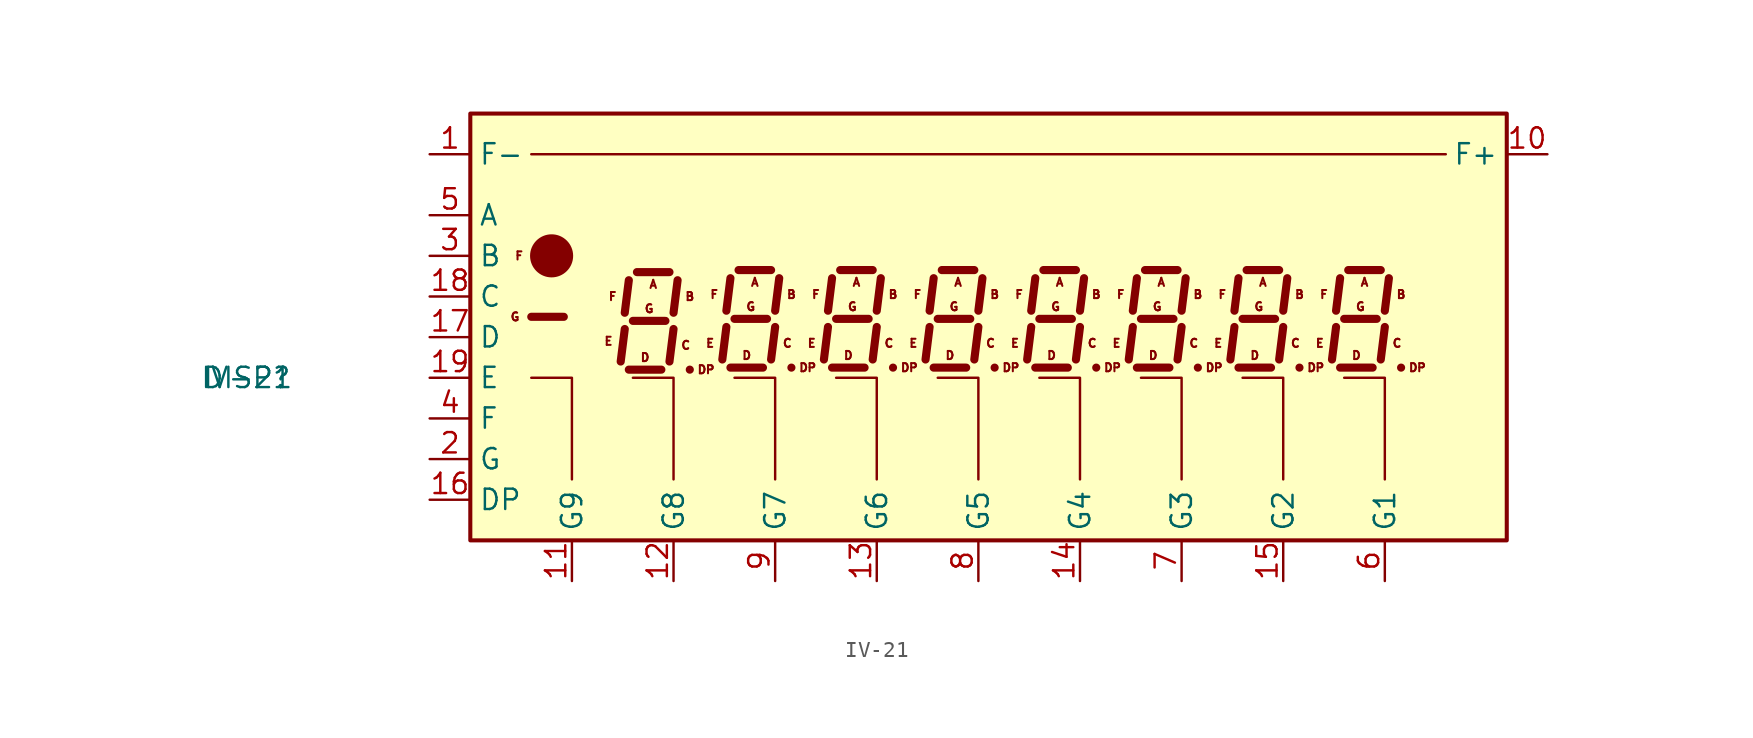
<source format=kicad_sym>
(kicad_symbol_lib
  (version 20231120)
  (generator "kicad_symbol_editor")
  (generator_version "8.0")
  (symbol "IV-21"
    (property "Reference" "DISP"
      (at 0 0 0)
      (effects (font (size 1.27 1.27))))
    (property "Value" "IV-21"
      (at 0 0 0)
      (effects (font (size 1.27 1.27))))
    (symbol "IV-21_1_0"
      (text "A" (at 25.4 5.842 0) (effects (font (size 0.508 0.508))))
      (text "A" (at 31.75 5.969 0) (effects (font (size 0.508 0.508))))
      (text "A" (at 38.1 5.969 0) (effects (font (size 0.508 0.508))))
      (text "A" (at 44.45 5.969 0) (effects (font (size 0.508 0.508))))
      (text "A" (at 50.8 5.969 0) (effects (font (size 0.508 0.508))))
      (text "A" (at 57.15 5.969 0) (effects (font (size 0.508 0.508))))
      (text "A" (at 63.5 5.969 0) (effects (font (size 0.508 0.508))))
      (text "A" (at 69.85 5.969 0) (effects (font (size 0.508 0.508))))
      (text "B" (at 27.686 5.08 0) (effects (font (size 0.508 0.508))))
      (text "B" (at 34.036 5.207 0) (effects (font (size 0.508 0.508))))
      (text "B" (at 40.386 5.207 0) (effects (font (size 0.508 0.508))))
      (text "B" (at 46.736 5.207 0) (effects (font (size 0.508 0.508))))
      (text "B" (at 53.086 5.207 0) (effects (font (size 0.508 0.508))))
      (text "B" (at 59.436 5.207 0) (effects (font (size 0.508 0.508))))
      (text "B" (at 65.786 5.207 0) (effects (font (size 0.508 0.508))))
      (text "B" (at 72.136 5.207 0) (effects (font (size 0.508 0.508))))
      (text "C" (at 27.432 2.032 0) (effects (font (size 0.508 0.508))))
      (text "C" (at 33.782 2.159 0) (effects (font (size 0.508 0.508))))
      (text "C" (at 40.132 2.159 0) (effects (font (size 0.508 0.508))))
      (text "C" (at 46.482 2.159 0) (effects (font (size 0.508 0.508))))
      (text "C" (at 52.832 2.159 0) (effects (font (size 0.508 0.508))))
      (text "C" (at 59.182 2.159 0) (effects (font (size 0.508 0.508))))
      (text "C" (at 65.532 2.159 0) (effects (font (size 0.508 0.508))))
      (text "C" (at 71.882 2.159 0) (effects (font (size 0.508 0.508))))
      (text "D" (at 24.892 1.27 0) (effects (font (size 0.508 0.508))))
      (text "D" (at 31.242 1.397 0) (effects (font (size 0.508 0.508))))
      (text "D" (at 37.592 1.397 0) (effects (font (size 0.508 0.508))))
      (text "D" (at 43.942 1.397 0) (effects (font (size 0.508 0.508))))
      (text "D" (at 50.292 1.397 0) (effects (font (size 0.508 0.508))))
      (text "D" (at 56.642 1.397 0) (effects (font (size 0.508 0.508))))
      (text "D" (at 62.992 1.397 0) (effects (font (size 0.508 0.508))))
      (text "D" (at 69.342 1.397 0) (effects (font (size 0.508 0.508))))
      (text "DP" (at 28.702 0.508 0) (effects (font (size 0.508 0.508))))
      (text "DP" (at 35.052 0.635 0) (effects (font (size 0.508 0.508))))
      (text "DP" (at 41.402 0.635 0) (effects (font (size 0.508 0.508))))
      (text "DP" (at 47.752 0.635 0) (effects (font (size 0.508 0.508))))
      (text "DP" (at 54.102 0.635 0) (effects (font (size 0.508 0.508))))
      (text "DP" (at 60.452 0.635 0) (effects (font (size 0.508 0.508))))
      (text "DP" (at 66.802 0.635 0) (effects (font (size 0.508 0.508))))
      (text "DP" (at 73.152 0.635 0) (effects (font (size 0.508 0.508))))
      (text "E" (at 22.606 2.286 0) (effects (font (size 0.508 0.508))))
      (text "E" (at 28.956 2.159 0) (effects (font (size 0.508 0.508))))
      (text "E" (at 35.306 2.159 0) (effects (font (size 0.508 0.508))))
      (text "E" (at 41.656 2.159 0) (effects (font (size 0.508 0.508))))
      (text "E" (at 48.006 2.159 0) (effects (font (size 0.508 0.508))))
      (text "E" (at 54.356 2.159 0) (effects (font (size 0.508 0.508))))
      (text "E" (at 60.706 2.159 0) (effects (font (size 0.508 0.508))))
      (text "E" (at 67.056 2.159 0) (effects (font (size 0.508 0.508))))
      (text "F" (at 17.018 7.62 0) (effects (font (size 0.508 0.508))))
      (text "F" (at 22.86 5.08 0) (effects (font (size 0.508 0.508))))
      (text "F" (at 29.21 5.207 0) (effects (font (size 0.508 0.508))))
      (text "F" (at 35.56 5.207 0) (effects (font (size 0.508 0.508))))
      (text "F" (at 41.91 5.207 0) (effects (font (size 0.508 0.508))))
      (text "F" (at 48.26 5.207 0) (effects (font (size 0.508 0.508))))
      (text "F" (at 54.61 5.207 0) (effects (font (size 0.508 0.508))))
      (text "F" (at 60.96 5.207 0) (effects (font (size 0.508 0.508))))
      (text "F" (at 67.31 5.207 0) (effects (font (size 0.508 0.508))))
      (text "G" (at 16.764 3.81 0) (effects (font (size 0.508 0.508))))
      (text "G" (at 25.146 4.318 0) (effects (font (size 0.508 0.508))))
      (text "G" (at 31.496 4.445 0) (effects (font (size 0.508 0.508))))
      (text "G" (at 37.846 4.445 0) (effects (font (size 0.508 0.508))))
      (text "G" (at 44.196 4.445 0) (effects (font (size 0.508 0.508))))
      (text "G" (at 50.546 4.445 0) (effects (font (size 0.508 0.508))))
      (text "G" (at 56.896 4.445 0) (effects (font (size 0.508 0.508))))
      (text "G" (at 63.246 4.445 0) (effects (font (size 0.508 0.508))))
      (text "G" (at 69.596 4.445 0) (effects (font (size 0.508 0.508)))))
    (symbol "IV-21_1_1"
      (polyline (pts (xy 17.78 3.81) (xy 19.812 3.81)) (stroke (width 0.508) (type default)) (fill (type none)))
      (polyline (pts (xy 17.78 13.97) (xy 74.93 13.97)) (stroke (width 0) (type default)) (fill (type none)))
      (polyline (pts (xy 23.622 3.048) (xy 23.368 1.016)) (stroke (width 0.508) (type default)) (fill (type none)))
      (polyline (pts (xy 23.876 0.508) (xy 25.908 0.508)) (stroke (width 0.508) (type default)) (fill (type none)))
      (polyline (pts (xy 23.876 6.096) (xy 23.622 4.064)) (stroke (width 0.508) (type default)) (fill (type none)))
      (polyline (pts (xy 24.13 3.556) (xy 26.162 3.556)) (stroke (width 0.508) (type default)) (fill (type none)))
      (polyline (pts (xy 24.384 6.604) (xy 26.416 6.604)) (stroke (width 0.508) (type default)) (fill (type none)))
      (polyline (pts (xy 26.67 3.048) (xy 26.416 1.016)) (stroke (width 0.508) (type default)) (fill (type none)))
      (polyline (pts (xy 26.924 6.096) (xy 26.67 4.064)) (stroke (width 0.508) (type default)) (fill (type none)))
      (polyline (pts (xy 27.686 0.508) (xy 27.686 0.508)) (stroke (width 0.508) (type default)) (fill (type none)))
      (polyline (pts (xy 29.972 3.175) (xy 29.718 1.143)) (stroke (width 0.508) (type default)) (fill (type none)))
      (polyline (pts (xy 30.226 0.635) (xy 32.258 0.635)) (stroke (width 0.508) (type default)) (fill (type none)))
      (polyline (pts (xy 30.226 6.223) (xy 29.972 4.191)) (stroke (width 0.508) (type default)) (fill (type none)))
      (polyline (pts (xy 30.48 3.683) (xy 32.512 3.683)) (stroke (width 0.508) (type default)) (fill (type none)))
      (polyline (pts (xy 30.734 6.731) (xy 32.766 6.731)) (stroke (width 0.508) (type default)) (fill (type none)))
      (polyline (pts (xy 33.02 3.175) (xy 32.766 1.143)) (stroke (width 0.508) (type default)) (fill (type none)))
      (polyline (pts (xy 33.274 6.223) (xy 33.02 4.191)) (stroke (width 0.508) (type default)) (fill (type none)))
      (polyline (pts (xy 34.036 0.635) (xy 34.036 0.635)) (stroke (width 0.508) (type default)) (fill (type none)))
      (polyline (pts (xy 36.322 3.175) (xy 36.068 1.143)) (stroke (width 0.508) (type default)) (fill (type none)))
      (polyline (pts (xy 36.576 0.635) (xy 38.608 0.635)) (stroke (width 0.508) (type default)) (fill (type none)))
      (polyline (pts (xy 36.576 6.223) (xy 36.322 4.191)) (stroke (width 0.508) (type default)) (fill (type none)))
      (polyline (pts (xy 36.83 3.683) (xy 38.862 3.683)) (stroke (width 0.508) (type default)) (fill (type none)))
      (polyline (pts (xy 37.084 6.731) (xy 39.116 6.731)) (stroke (width 0.508) (type default)) (fill (type none)))
      (polyline (pts (xy 39.37 3.175) (xy 39.116 1.143)) (stroke (width 0.508) (type default)) (fill (type none)))
      (polyline (pts (xy 39.624 6.223) (xy 39.37 4.191)) (stroke (width 0.508) (type default)) (fill (type none)))
      (polyline (pts (xy 40.386 0.635) (xy 40.386 0.635)) (stroke (width 0.508) (type default)) (fill (type none)))
      (polyline (pts (xy 42.672 3.175) (xy 42.418 1.143)) (stroke (width 0.508) (type default)) (fill (type none)))
      (polyline (pts (xy 42.926 0.635) (xy 44.958 0.635)) (stroke (width 0.508) (type default)) (fill (type none)))
      (polyline (pts (xy 42.926 6.223) (xy 42.672 4.191)) (stroke (width 0.508) (type default)) (fill (type none)))
      (polyline (pts (xy 43.18 3.683) (xy 45.212 3.683)) (stroke (width 0.508) (type default)) (fill (type none)))
      (polyline (pts (xy 43.434 6.731) (xy 45.466 6.731)) (stroke (width 0.508) (type default)) (fill (type none)))
      (polyline (pts (xy 45.72 3.175) (xy 45.466 1.143)) (stroke (width 0.508) (type default)) (fill (type none)))
      (polyline (pts (xy 45.974 6.223) (xy 45.72 4.191)) (stroke (width 0.508) (type default)) (fill (type none)))
      (polyline (pts (xy 46.736 0.635) (xy 46.736 0.635)) (stroke (width 0.508) (type default)) (fill (type none)))
      (polyline (pts (xy 49.022 3.175) (xy 48.768 1.143)) (stroke (width 0.508) (type default)) (fill (type none)))
      (polyline (pts (xy 49.276 0.635) (xy 51.308 0.635)) (stroke (width 0.508) (type default)) (fill (type none)))
      (polyline (pts (xy 49.276 6.223) (xy 49.022 4.191)) (stroke (width 0.508) (type default)) (fill (type none)))
      (polyline (pts (xy 49.53 3.683) (xy 51.562 3.683)) (stroke (width 0.508) (type default)) (fill (type none)))
      (polyline (pts (xy 49.784 6.731) (xy 51.816 6.731)) (stroke (width 0.508) (type default)) (fill (type none)))
      (polyline (pts (xy 52.07 3.175) (xy 51.816 1.143)) (stroke (width 0.508) (type default)) (fill (type none)))
      (polyline (pts (xy 52.324 6.223) (xy 52.07 4.191)) (stroke (width 0.508) (type default)) (fill (type none)))
      (polyline (pts (xy 53.086 0.635) (xy 53.086 0.635)) (stroke (width 0.508) (type default)) (fill (type none)))
      (polyline (pts (xy 55.372 3.175) (xy 55.118 1.143)) (stroke (width 0.508) (type default)) (fill (type none)))
      (polyline (pts (xy 55.626 0.635) (xy 57.658 0.635)) (stroke (width 0.508) (type default)) (fill (type none)))
      (polyline (pts (xy 55.626 6.223) (xy 55.372 4.191)) (stroke (width 0.508) (type default)) (fill (type none)))
      (polyline (pts (xy 55.88 3.683) (xy 57.912 3.683)) (stroke (width 0.508) (type default)) (fill (type none)))
      (polyline (pts (xy 56.134 6.731) (xy 58.166 6.731)) (stroke (width 0.508) (type default)) (fill (type none)))
      (polyline (pts (xy 58.42 3.175) (xy 58.166 1.143)) (stroke (width 0.508) (type default)) (fill (type none)))
      (polyline (pts (xy 58.674 6.223) (xy 58.42 4.191)) (stroke (width 0.508) (type default)) (fill (type none)))
      (polyline (pts (xy 59.436 0.635) (xy 59.436 0.635)) (stroke (width 0.508) (type default)) (fill (type none)))
      (polyline (pts (xy 61.722 3.175) (xy 61.468 1.143)) (stroke (width 0.508) (type default)) (fill (type none)))
      (polyline (pts (xy 61.976 0.635) (xy 64.008 0.635)) (stroke (width 0.508) (type default)) (fill (type none)))
      (polyline (pts (xy 61.976 6.223) (xy 61.722 4.191)) (stroke (width 0.508) (type default)) (fill (type none)))
      (polyline (pts (xy 62.23 3.683) (xy 64.262 3.683)) (stroke (width 0.508) (type default)) (fill (type none)))
      (polyline (pts (xy 62.484 6.731) (xy 64.516 6.731)) (stroke (width 0.508) (type default)) (fill (type none)))
      (polyline (pts (xy 64.77 3.175) (xy 64.516 1.143)) (stroke (width 0.508) (type default)) (fill (type none)))
      (polyline (pts (xy 65.024 6.223) (xy 64.77 4.191)) (stroke (width 0.508) (type default)) (fill (type none)))
      (polyline (pts (xy 65.786 0.635) (xy 65.786 0.635)) (stroke (width 0.508) (type default)) (fill (type none)))
      (polyline (pts (xy 68.072 3.175) (xy 67.818 1.143)) (stroke (width 0.508) (type default)) (fill (type none)))
      (polyline (pts (xy 68.326 0.635) (xy 70.358 0.635)) (stroke (width 0.508) (type default)) (fill (type none)))
      (polyline (pts (xy 68.326 6.223) (xy 68.072 4.191)) (stroke (width 0.508) (type default)) (fill (type none)))
      (polyline (pts (xy 68.58 3.683) (xy 70.612 3.683)) (stroke (width 0.508) (type default)) (fill (type none)))
      (polyline (pts (xy 68.834 6.731) (xy 70.866 6.731)) (stroke (width 0.508) (type default)) (fill (type none)))
      (polyline (pts (xy 71.12 3.175) (xy 70.866 1.143)) (stroke (width 0.508) (type default)) (fill (type none)))
      (polyline (pts (xy 71.374 6.223) (xy 71.12 4.191)) (stroke (width 0.508) (type default)) (fill (type none)))
      (polyline (pts (xy 72.136 0.635) (xy 72.136 0.635)) (stroke (width 0.508) (type default)) (fill (type none)))
      (polyline (pts (xy 17.78 0) (xy 20.32 0) (xy 20.32 -6.35)) (stroke (width 0) (type default)) (fill (type none)))
      (polyline (pts (xy 24.13 0) (xy 26.67 0) (xy 26.67 -6.35)) (stroke (width 0) (type default)) (fill (type none)))
      (polyline (pts (xy 30.48 0) (xy 33.02 0) (xy 33.02 -6.35)) (stroke (width 0) (type default)) (fill (type none)))
      (polyline (pts (xy 36.83 0) (xy 39.37 0) (xy 39.37 -6.35)) (stroke (width 0) (type default)) (fill (type none)))
      (polyline (pts (xy 43.18 0) (xy 45.72 0) (xy 45.72 -6.35)) (stroke (width 0) (type default)) (fill (type none)))
      (polyline (pts (xy 49.53 0) (xy 52.07 0) (xy 52.07 -6.35)) (stroke (width 0) (type default)) (fill (type none)))
      (polyline (pts (xy 55.88 0) (xy 58.42 0) (xy 58.42 -6.35)) (stroke (width 0) (type default)) (fill (type none)))
      (polyline (pts (xy 62.23 0) (xy 64.77 0) (xy 64.77 -6.35)) (stroke (width 0) (type default)) (fill (type none)))
      (polyline (pts (xy 68.58 0) (xy 71.12 0) (xy 71.12 -6.35)) (stroke (width 0) (type default)) (fill (type none)))
      (rectangle (start 13.97 16.51) (end 78.74 -10.16) (stroke (width 0.254) (type default)) (fill (type background)))
      (circle (center 19.05 7.62) (radius 1.27) (stroke (width 0) (type default)) (fill (type outline)))
      (pin input line (at 11.43 13.97 0) (length 2.54) (name "F-" (effects (font (size 1.27 1.27)))) (number "1" (effects (font (size 1.27 1.27)))))
      (pin input line (at 81.28 13.97 180) (length 2.54) (name "F+" (effects (font (size 1.27 1.27)))) (number "10" (effects (font (size 1.27 1.27)))))
      (pin input line (at 20.32 -12.7 90) (length 2.54) (name "G9" (effects (font (size 1.27 1.27)))) (number "11" (effects (font (size 1.27 1.27)))))
      (pin input line (at 26.67 -12.7 90) (length 2.54) (name "G8" (effects (font (size 1.27 1.27)))) (number "12" (effects (font (size 1.27 1.27)))))
      (pin input line (at 39.37 -12.7 90) (length 2.54) (name "G6" (effects (font (size 1.27 1.27)))) (number "13" (effects (font (size 1.27 1.27)))))
      (pin input line (at 52.07 -12.7 90) (length 2.54) (name "G4" (effects (font (size 1.27 1.27)))) (number "14" (effects (font (size 1.27 1.27)))))
      (pin input line (at 64.77 -12.7 90) (length 2.54) (name "G2" (effects (font (size 1.27 1.27)))) (number "15" (effects (font (size 1.27 1.27)))))
      (pin input line (at 11.43 -7.62 0) (length 2.54) (name "DP" (effects (font (size 1.27 1.27)))) (number "16" (effects (font (size 1.27 1.27)))))
      (pin input line (at 11.43 2.54 0) (length 2.54) (name "D" (effects (font (size 1.27 1.27)))) (number "17" (effects (font (size 1.27 1.27)))))
      (pin input line (at 11.43 5.08 0) (length 2.54) (name "C" (effects (font (size 1.27 1.27)))) (number "18" (effects (font (size 1.27 1.27)))))
      (pin input line (at 11.43 0 0) (length 2.54) (name "E" (effects (font (size 1.27 1.27)))) (number "19" (effects (font (size 1.27 1.27)))))
      (pin input line (at 11.43 -5.08 0) (length 2.54) (name "G" (effects (font (size 1.27 1.27)))) (number "2" (effects (font (size 1.27 1.27)))))
      (pin input line (at 11.43 7.62 0) (length 2.54) (name "B" (effects (font (size 1.27 1.27)))) (number "3" (effects (font (size 1.27 1.27)))))
      (pin input line (at 11.43 -2.54 0) (length 2.54) (name "F" (effects (font (size 1.27 1.27)))) (number "4" (effects (font (size 1.27 1.27)))))
      (pin input line (at 11.43 10.16 0) (length 2.54) (name "A" (effects (font (size 1.27 1.27)))) (number "5" (effects (font (size 1.27 1.27)))))
      (pin input line (at 71.12 -12.7 90) (length 2.54) (name "G1" (effects (font (size 1.27 1.27)))) (number "6" (effects (font (size 1.27 1.27)))))
      (pin input line (at 58.42 -12.7 90) (length 2.54) (name "G3" (effects (font (size 1.27 1.27)))) (number "7" (effects (font (size 1.27 1.27)))))
      (pin input line (at 45.72 -12.7 90) (length 2.54) (name "G5" (effects (font (size 1.27 1.27)))) (number "8" (effects (font (size 1.27 1.27)))))
      (pin input line (at 33.02 -12.7 90) (length 2.54) (name "G7" (effects (font (size 1.27 1.27)))) (number "9" (effects (font (size 1.27 1.27))))))))
</source>
